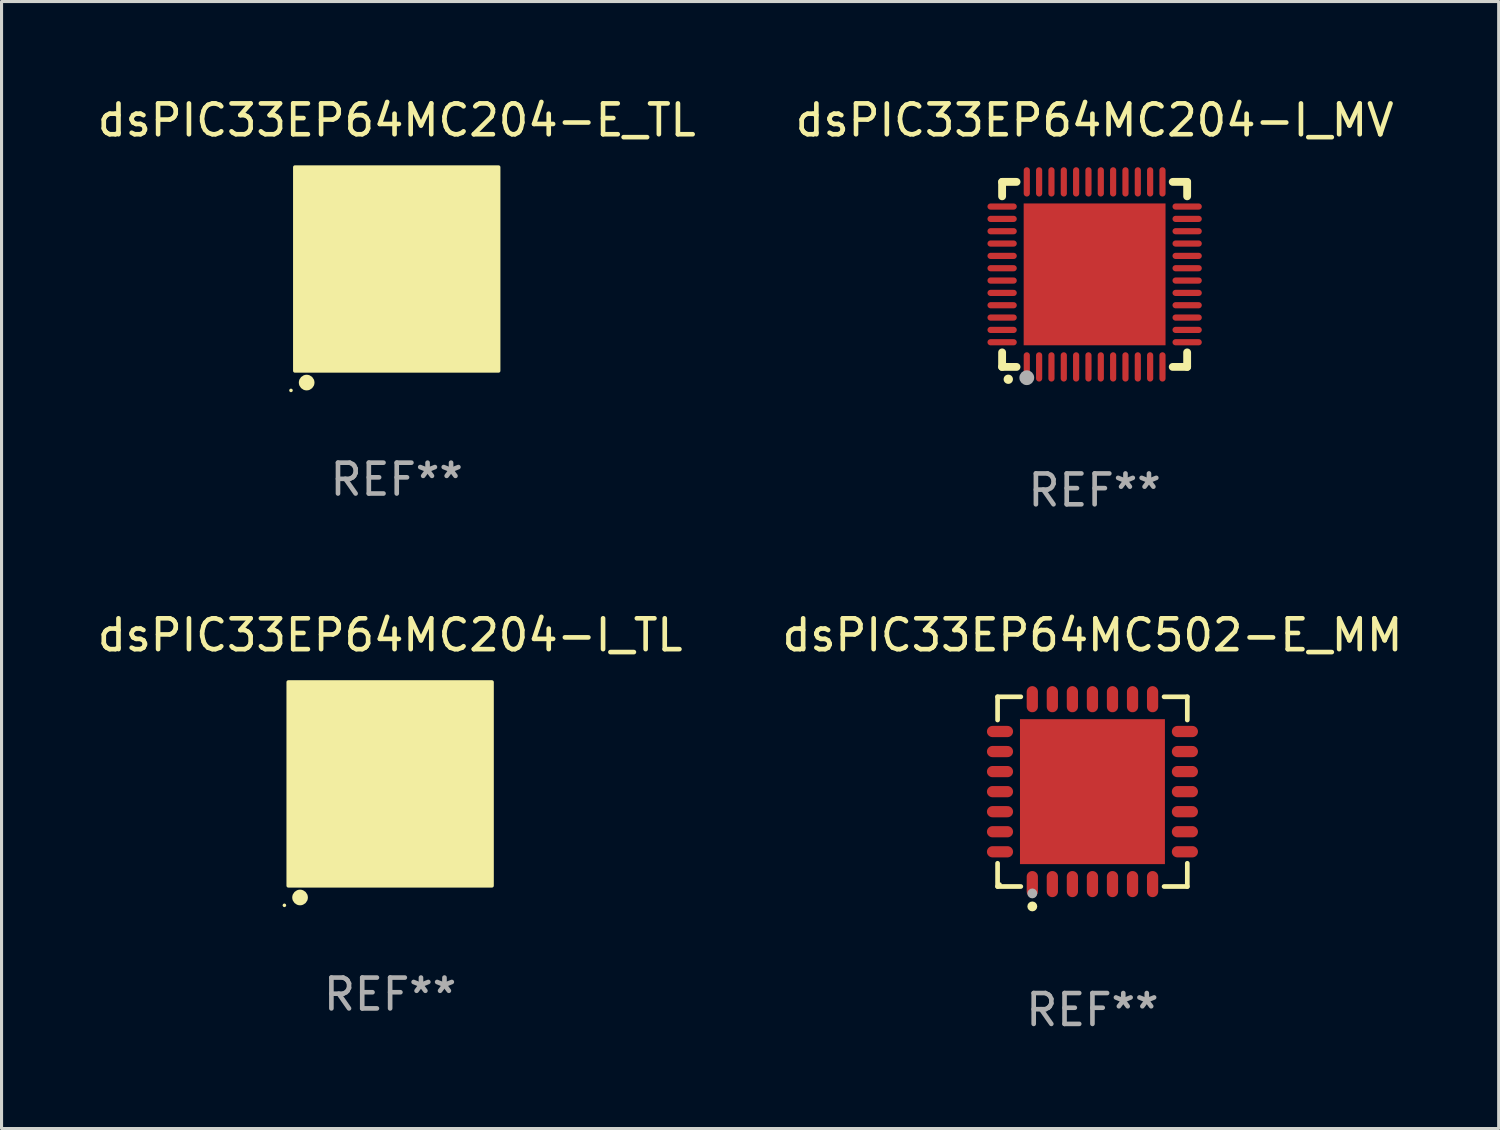
<source format=kicad_pcb>
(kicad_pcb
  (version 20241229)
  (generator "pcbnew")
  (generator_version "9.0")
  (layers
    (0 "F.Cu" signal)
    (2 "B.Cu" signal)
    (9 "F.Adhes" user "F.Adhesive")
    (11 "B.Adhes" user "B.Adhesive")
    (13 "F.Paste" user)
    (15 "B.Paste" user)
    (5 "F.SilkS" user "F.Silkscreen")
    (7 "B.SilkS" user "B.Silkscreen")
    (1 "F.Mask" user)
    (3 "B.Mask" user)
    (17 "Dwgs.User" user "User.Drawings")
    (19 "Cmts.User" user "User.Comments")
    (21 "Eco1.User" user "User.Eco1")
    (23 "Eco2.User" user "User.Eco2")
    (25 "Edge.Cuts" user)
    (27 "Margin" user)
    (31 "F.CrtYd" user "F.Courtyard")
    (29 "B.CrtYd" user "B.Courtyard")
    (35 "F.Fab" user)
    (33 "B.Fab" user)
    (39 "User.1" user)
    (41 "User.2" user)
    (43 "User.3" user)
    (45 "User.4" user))
  (footprint "dsPIC33EP64MC204-I_MV"
    (layer "F.Cu")
    (at 32.446 5.848)
    (property "Reference" "dsPIC33EP64MC204-I_MV" (at 0 -5 0) (layer "F.SilkS") (effects (font (size 1 1) (thickness 0.15))))
    (attr through_hole)
    (fp_line (start -3 -3) (end -2.532 -3) (stroke (width 0.254) (type solid)) (layer "F.SilkS"))
    (fp_line (start -3 -2.532) (end -3 -3) (stroke (width 0.254) (type solid)) (layer "F.SilkS"))
    (fp_line (start -3 3) (end -3 2.529) (stroke (width 0.254) (type solid)) (layer "F.SilkS"))
    (fp_line (start -2.532 3) (end -3 3) (stroke (width 0.254) (type solid)) (layer "F.SilkS"))
    (fp_line (start 2.532 -3) (end 3 -3) (stroke (width 0.254) (type solid)) (layer "F.SilkS"))
    (fp_line (start 3 -3) (end 3 -2.532) (stroke (width 0.254) (type solid)) (layer "F.SilkS"))
    (fp_line (start 3 2.529) (end 3 3) (stroke (width 0.254) (type solid)) (layer "F.SilkS"))
    (fp_line (start 3 3) (end 2.532 3) (stroke (width 0.254) (type solid)) (layer "F.SilkS"))
    (fp_arc (start -2.801295 3.400025) (mid -2.800025 3.40002) (end -2.798755 3.400025) (stroke (width 0.3) (type solid)) (layer "F.SilkS"))
    (fp_circle (center -3 3) (end -2.97 3) (stroke (width 0.06) (type solid)) (fill no) (layer "F.SilkS"))
    (fp_circle (center -2.2 3.35) (end -2.08 3.35) (stroke (width 0.24) (type solid)) (fill no) (layer "F.Fab"))
    (fp_text user "REF**" (at 0 7 0) (layer "F.Fab") (effects (font (size 1 1) (thickness 0.15))))
    (pad "1" smd oval (at -2.2 3) (size 0.2 0.95) (layers "F.Cu" "F.Mask" "F.Paste"))
    (pad "2" smd oval (at -1.8 3) (size 0.2 0.95) (layers "F.Cu" "F.Mask" "F.Paste"))
    (pad "3" smd oval (at -1.4 3) (size 0.2 0.95) (layers "F.Cu" "F.Mask" "F.Paste"))
    (pad "4" smd oval (at -1 3) (size 0.2 0.95) (layers "F.Cu" "F.Mask" "F.Paste"))
    (pad "5" smd oval (at -0.6 3) (size 0.2 0.95) (layers "F.Cu" "F.Mask" "F.Paste"))
    (pad "6" smd oval (at -0.2 3) (size 0.2 0.95) (layers "F.Cu" "F.Mask" "F.Paste"))
    (pad "7" smd oval (at 0.2 3) (size 0.2 0.95) (layers "F.Cu" "F.Mask" "F.Paste"))
    (pad "8" smd oval (at 0.6 3) (size 0.2 0.95) (layers "F.Cu" "F.Mask" "F.Paste"))
    (pad "9" smd oval (at 1 3) (size 0.2 0.95) (layers "F.Cu" "F.Mask" "F.Paste"))
    (pad "10" smd oval (at 1.4 3) (size 0.2 0.95) (layers "F.Cu" "F.Mask" "F.Paste"))
    (pad "11" smd oval (at 1.8 3) (size 0.2 0.95) (layers "F.Cu" "F.Mask" "F.Paste"))
    (pad "12" smd oval (at 2.2 3) (size 0.2 0.95) (layers "F.Cu" "F.Mask" "F.Paste"))
    (pad "13" smd oval (at 3 2.2 90) (size 0.2 0.95) (layers "F.Cu" "F.Mask" "F.Paste"))
    (pad "14" smd oval (at 3 1.8 90) (size 0.2 0.95) (layers "F.Cu" "F.Mask" "F.Paste"))
    (pad "15" smd oval (at 3 1.4 90) (size 0.2 0.95) (layers "F.Cu" "F.Mask" "F.Paste"))
    (pad "16" smd oval (at 3 1 90) (size 0.2 0.95) (layers "F.Cu" "F.Mask" "F.Paste"))
    (pad "17" smd oval (at 3 0.6 90) (size 0.2 0.95) (layers "F.Cu" "F.Mask" "F.Paste"))
    (pad "18" smd oval (at 3 0.2 90) (size 0.2 0.95) (layers "F.Cu" "F.Mask" "F.Paste"))
    (pad "19" smd oval (at 3 -0.2 90) (size 0.2 0.95) (layers "F.Cu" "F.Mask" "F.Paste"))
    (pad "20" smd oval (at 3 -0.6 90) (size 0.2 0.95) (layers "F.Cu" "F.Mask" "F.Paste"))
    (pad "21" smd oval (at 3 -1 90) (size 0.2 0.95) (layers "F.Cu" "F.Mask" "F.Paste"))
    (pad "22" smd oval (at 3 -1.4 90) (size 0.2 0.95) (layers "F.Cu" "F.Mask" "F.Paste"))
    (pad "23" smd oval (at 3 -1.8 90) (size 0.2 0.95) (layers "F.Cu" "F.Mask" "F.Paste"))
    (pad "24" smd oval (at 3 -2.2 90) (size 0.2 0.95) (layers "F.Cu" "F.Mask" "F.Paste"))
    (pad "25" smd oval (at 2.2 -3 180) (size 0.2 0.95) (layers "F.Cu" "F.Mask" "F.Paste"))
    (pad "26" smd oval (at 1.8 -3 180) (size 0.2 0.95) (layers "F.Cu" "F.Mask" "F.Paste"))
    (pad "27" smd oval (at 1.4 -3 180) (size 0.2 0.95) (layers "F.Cu" "F.Mask" "F.Paste"))
    (pad "28" smd oval (at 1 -3 180) (size 0.2 0.95) (layers "F.Cu" "F.Mask" "F.Paste"))
    (pad "29" smd oval (at 0.6 -3 180) (size 0.2 0.95) (layers "F.Cu" "F.Mask" "F.Paste"))
    (pad "30" smd oval (at 0.2 -3 180) (size 0.2 0.95) (layers "F.Cu" "F.Mask" "F.Paste"))
    (pad "31" smd oval (at -0.2 -3 180) (size 0.2 0.95) (layers "F.Cu" "F.Mask" "F.Paste"))
    (pad "32" smd oval (at -0.6 -3 180) (size 0.2 0.95) (layers "F.Cu" "F.Mask" "F.Paste"))
    (pad "33" smd oval (at -1 -3 180) (size 0.2 0.95) (layers "F.Cu" "F.Mask" "F.Paste"))
    (pad "34" smd oval (at -1.4 -3 180) (size 0.2 0.95) (layers "F.Cu" "F.Mask" "F.Paste"))
    (pad "35" smd oval (at -1.8 -3 180) (size 0.2 0.95) (layers "F.Cu" "F.Mask" "F.Paste"))
    (pad "36" smd oval (at -2.2 -3 180) (size 0.2 0.95) (layers "F.Cu" "F.Mask" "F.Paste"))
    (pad "37" smd oval (at -3 -2.2 270) (size 0.2 0.95) (layers "F.Cu" "F.Mask" "F.Paste"))
    (pad "38" smd oval (at -3 -1.8 270) (size 0.2 0.95) (layers "F.Cu" "F.Mask" "F.Paste"))
    (pad "39" smd oval (at -3 -1.4 270) (size 0.2 0.95) (layers "F.Cu" "F.Mask" "F.Paste"))
    (pad "40" smd oval (at -3 -1 270) (size 0.2 0.95) (layers "F.Cu" "F.Mask" "F.Paste"))
    (pad "41" smd oval (at -3 -0.6 270) (size 0.2 0.95) (layers "F.Cu" "F.Mask" "F.Paste"))
    (pad "42" smd oval (at -3 -0.2 270) (size 0.2 0.95) (layers "F.Cu" "F.Mask" "F.Paste"))
    (pad "43" smd oval (at -3 0.2 270) (size 0.2 0.95) (layers "F.Cu" "F.Mask" "F.Paste"))
    (pad "44" smd oval (at -3 0.6 270) (size 0.2 0.95) (layers "F.Cu" "F.Mask" "F.Paste"))
    (pad "45" smd oval (at -3 1 270) (size 0.2 0.95) (layers "F.Cu" "F.Mask" "F.Paste"))
    (pad "46" smd oval (at -3 1.4 270) (size 0.2 0.95) (layers "F.Cu" "F.Mask" "F.Paste"))
    (pad "47" smd oval (at -3 1.8 270) (size 0.2 0.95) (layers "F.Cu" "F.Mask" "F.Paste"))
    (pad "48" smd oval (at -3 2.2 270) (size 0.2 0.95) (layers "F.Cu" "F.Mask" "F.Paste"))
    (pad "49" smd rect (at -0.001 -0.001 180) (size 4.6 4.6) (layers "F.Cu" "F.Mask" "F.Paste")))
  (footprint "dsPIC33EP64MC204-E_TL"
    (layer "F.Cu")
    (at 9.815 5.673)
    (property "Reference" "dsPIC33EP64MC204-E_TL" (at 0 -4.825 0) (layer "F.SilkS") (effects (font (size 1 1) (thickness 0.15))))
    (attr through_hole)
    (fp_circle (center -3.429 3.937) (end -3.399 3.937) (stroke (width 0.06) (type solid)) (fill no) (layer "F.SilkS"))
    (fp_circle (center -2.921 3.683) (end -2.794 3.683) (stroke (width 0.254) (type solid)) (fill no) (layer "F.SilkS"))
    (fp_poly (pts (xy -3.302 -3.302) (xy 3.302 -3.302) (xy 3.302 3.302) (xy -3.302 3.302)) (stroke (width 0.12) (type solid)) (fill yes) (layer "F.SilkS"))
    (fp_text user "REF**" (at 0 6.825 0) (layer "F.Fab") (effects (font (size 1 1) (thickness 0.15))))
    (pad "1" smd rect (at -2.25 2.825) (size 0.3 0.45) (layers "F.Cu" "F.Mask" "F.Paste"))
    (pad "2" smd rect (at -1.75 2.825) (size 0.3 0.45) (layers "F.Cu" "F.Mask" "F.Paste"))
    (pad "3" smd rect (at -1.25 2.825) (size 0.3 0.45) (layers "F.Cu" "F.Mask" "F.Paste"))
    (pad "4" smd rect (at -0.75 2.825) (size 0.3 0.45) (layers "F.Cu" "F.Mask" "F.Paste"))
    (pad "5" smd rect (at -0.25 2.825) (size 0.3 0.45) (layers "F.Cu" "F.Mask" "F.Paste"))
    (pad "6" smd rect (at 0.25 2.825) (size 0.3 0.45) (layers "F.Cu" "F.Mask" "F.Paste"))
    (pad "7" smd rect (at 0.75 2.825) (size 0.3 0.45) (layers "F.Cu" "F.Mask" "F.Paste"))
    (pad "8" smd rect (at 1.25 2.825) (size 0.3 0.45) (layers "F.Cu" "F.Mask" "F.Paste"))
    (pad "9" smd rect (at 1.75 2.825) (size 0.3 0.45) (layers "F.Cu" "F.Mask" "F.Paste"))
    (pad "10" smd rect (at 2.25 2.825) (size 0.3 0.45) (layers "F.Cu" "F.Mask" "F.Paste"))
    (pad "11" smd rect (at 2.825 2.825 90) (size 0.45 0.45) (layers "F.Cu" "F.Mask" "F.Paste"))
    (pad "12" smd rect (at 2.825 2.25 90) (size 0.3 0.45) (layers "F.Cu" "F.Mask" "F.Paste"))
    (pad "13" smd rect (at 2.825 1.75 90) (size 0.3 0.45) (layers "F.Cu" "F.Mask" "F.Paste"))
    (pad "14" smd rect (at 2.825 1.25 90) (size 0.3 0.45) (layers "F.Cu" "F.Mask" "F.Paste"))
    (pad "15" smd rect (at 2.825 0.75 90) (size 0.3 0.45) (layers "F.Cu" "F.Mask" "F.Paste"))
    (pad "16" smd rect (at 2.825 0.25 90) (size 0.3 0.45) (layers "F.Cu" "F.Mask" "F.Paste"))
    (pad "17" smd rect (at 2.825 -0.25 90) (size 0.3 0.45) (layers "F.Cu" "F.Mask" "F.Paste"))
    (pad "18" smd rect (at 2.825 -0.75 90) (size 0.3 0.45) (layers "F.Cu" "F.Mask" "F.Paste"))
    (pad "19" smd rect (at 2.825 -1.25 90) (size 0.3 0.45) (layers "F.Cu" "F.Mask" "F.Paste"))
    (pad "20" smd rect (at 2.825 -1.75 90) (size 0.3 0.45) (layers "F.Cu" "F.Mask" "F.Paste"))
    (pad "21" smd rect (at 2.825 -2.25 90) (size 0.3 0.45) (layers "F.Cu" "F.Mask" "F.Paste"))
    (pad "22" smd rect (at 2.825 -2.825 90) (size 0.45 0.45) (layers "F.Cu" "F.Mask" "F.Paste"))
    (pad "23" smd rect (at 2.25 -2.825) (size 0.3 0.45) (layers "F.Cu" "F.Mask" "F.Paste"))
    (pad "24" smd rect (at 1.75 -2.825) (size 0.3 0.45) (layers "F.Cu" "F.Mask" "F.Paste"))
    (pad "25" smd rect (at 1.25 -2.825) (size 0.3 0.45) (layers "F.Cu" "F.Mask" "F.Paste"))
    (pad "26" smd rect (at 0.75 -2.825) (size 0.3 0.45) (layers "F.Cu" "F.Mask" "F.Paste"))
    (pad "27" smd rect (at 0.25 -2.825) (size 0.3 0.45) (layers "F.Cu" "F.Mask" "F.Paste"))
    (pad "28" smd rect (at -0.25 -2.825) (size 0.3 0.45) (layers "F.Cu" "F.Mask" "F.Paste"))
    (pad "29" smd rect (at -0.75 -2.825) (size 0.3 0.45) (layers "F.Cu" "F.Mask" "F.Paste"))
    (pad "30" smd rect (at -1.25 -2.825) (size 0.3 0.45) (layers "F.Cu" "F.Mask" "F.Paste"))
    (pad "31" smd rect (at -1.75 -2.825) (size 0.3 0.45) (layers "F.Cu" "F.Mask" "F.Paste"))
    (pad "32" smd rect (at -2.25 -2.825) (size 0.3 0.45) (layers "F.Cu" "F.Mask" "F.Paste"))
    (pad "33" smd rect (at -2.825 -2.825 90) (size 0.45 0.45) (layers "F.Cu" "F.Mask" "F.Paste"))
    (pad "34" smd rect (at -2.825 -2.25 90) (size 0.3 0.45) (layers "F.Cu" "F.Mask" "F.Paste"))
    (pad "35" smd rect (at -2.825 -1.75 90) (size 0.3 0.45) (layers "F.Cu" "F.Mask" "F.Paste"))
    (pad "36" smd rect (at -2.825 -1.25 90) (size 0.3 0.45) (layers "F.Cu" "F.Mask" "F.Paste"))
    (pad "37" smd rect (at -2.825 -0.75 90) (size 0.3 0.45) (layers "F.Cu" "F.Mask" "F.Paste"))
    (pad "38" smd rect (at -2.825 -0.25 90) (size 0.3 0.45) (layers "F.Cu" "F.Mask" "F.Paste"))
    (pad "39" smd rect (at -2.825 0.25 90) (size 0.3 0.45) (layers "F.Cu" "F.Mask" "F.Paste"))
    (pad "40" smd rect (at -2.825 0.75 90) (size 0.3 0.45) (layers "F.Cu" "F.Mask" "F.Paste"))
    (pad "41" smd rect (at -2.825 1.25 90) (size 0.3 0.45) (layers "F.Cu" "F.Mask" "F.Paste"))
    (pad "42" smd rect (at -2.825 1.75 90) (size 0.3 0.45) (layers "F.Cu" "F.Mask" "F.Paste"))
    (pad "43" smd rect (at -2.825 2.25 90) (size 0.3 0.45) (layers "F.Cu" "F.Mask" "F.Paste"))
    (pad "44" smd rect (at -2.825 2.825 90) (size 0.45 0.45) (layers "F.Cu" "F.Mask" "F.Paste"))
    (pad "45" smd rect (at 0 0 90) (size 4.6 4.6) (layers "F.Cu" "F.Mask" "F.Paste")))
  (footprint "dsPIC33EP64MC502-E_MM"
    (layer "F.Cu")
    (at 32.375 22.621)
    (property "Reference" "dsPIC33EP64MC502-E_MM" (at 0 -5.076 0) (layer "F.SilkS") (effects (font (size 1 1) (thickness 0.15))))
    (attr through_hole)
    (fp_line (start -3.076 -3.076) (end -2.323 -3.076) (stroke (width 0.152) (type solid)) (layer "F.SilkS"))
    (fp_line (start -3.076 -2.323) (end -3.076 -3.076) (stroke (width 0.152) (type solid)) (layer "F.SilkS"))
    (fp_line (start -3.076 2.323) (end -3.076 3.076) (stroke (width 0.152) (type solid)) (layer "F.SilkS"))
    (fp_line (start -3.076 3.076) (end -2.323 3.076) (stroke (width 0.152) (type solid)) (layer "F.SilkS"))
    (fp_line (start 3.076 -3.076) (end 2.323 -3.076) (stroke (width 0.152) (type solid)) (layer "F.SilkS"))
    (fp_line (start 3.076 -2.323) (end 3.076 -3.076) (stroke (width 0.152) (type solid)) (layer "F.SilkS"))
    (fp_line (start 3.076 2.323) (end 3.076 3.076) (stroke (width 0.152) (type solid)) (layer "F.SilkS"))
    (fp_line (start 3.076 3.076) (end 2.323 3.076) (stroke (width 0.152) (type solid)) (layer "F.SilkS"))
    (fp_circle (center -3 3) (end -2.97 3) (stroke (width 0.06) (type solid)) (fill no) (layer "F.SilkS"))
    (fp_circle (center -1.95 3.722) (end -1.87 3.722) (stroke (width 0.16) (type solid)) (fill no) (layer "F.SilkS"))
    (fp_circle (center -1.95 3.3) (end -1.87 3.3) (stroke (width 0.16) (type solid)) (fill no) (layer "F.Fab"))
    (fp_text user "REF**" (at 0 7.076 0) (layer "F.Fab") (effects (font (size 1 1) (thickness 0.15))))
    (pad "1" smd oval (at -1.95 2.998) (size 0.364 0.847) (layers "F.Cu" "F.Mask" "F.Paste"))
    (pad "2" smd oval (at -1.3 2.998) (size 0.364 0.847) (layers "F.Cu" "F.Mask" "F.Paste"))
    (pad "3" smd oval (at -0.65 2.998) (size 0.364 0.847) (layers "F.Cu" "F.Mask" "F.Paste"))
    (pad "4" smd oval (at 0 2.998) (size 0.364 0.847) (layers "F.Cu" "F.Mask" "F.Paste"))
    (pad "5" smd oval (at 0.65 2.998) (size 0.364 0.847) (layers "F.Cu" "F.Mask" "F.Paste"))
    (pad "6" smd oval (at 1.3 2.998) (size 0.364 0.847) (layers "F.Cu" "F.Mask" "F.Paste"))
    (pad "7" smd oval (at 1.95 2.998) (size 0.364 0.847) (layers "F.Cu" "F.Mask" "F.Paste"))
    (pad "8" smd oval (at 2.998 1.95) (size 0.847 0.364) (layers "F.Cu" "F.Mask" "F.Paste"))
    (pad "9" smd oval (at 2.998 1.3) (size 0.847 0.364) (layers "F.Cu" "F.Mask" "F.Paste"))
    (pad "10" smd oval (at 2.998 0.65) (size 0.847 0.364) (layers "F.Cu" "F.Mask" "F.Paste"))
    (pad "11" smd oval (at 2.998 0) (size 0.847 0.364) (layers "F.Cu" "F.Mask" "F.Paste"))
    (pad "12" smd oval (at 2.998 -0.65) (size 0.847 0.364) (layers "F.Cu" "F.Mask" "F.Paste"))
    (pad "13" smd oval (at 2.998 -1.3) (size 0.847 0.364) (layers "F.Cu" "F.Mask" "F.Paste"))
    (pad "14" smd oval (at 2.998 -1.95) (size 0.847 0.364) (layers "F.Cu" "F.Mask" "F.Paste"))
    (pad "15" smd oval (at 1.95 -2.998) (size 0.364 0.847) (layers "F.Cu" "F.Mask" "F.Paste"))
    (pad "16" smd oval (at 1.3 -2.998) (size 0.364 0.847) (layers "F.Cu" "F.Mask" "F.Paste"))
    (pad "17" smd oval (at 0.65 -2.998) (size 0.364 0.847) (layers "F.Cu" "F.Mask" "F.Paste"))
    (pad "18" smd oval (at 0 -2.998) (size 0.364 0.847) (layers "F.Cu" "F.Mask" "F.Paste"))
    (pad "19" smd oval (at -0.65 -2.998) (size 0.364 0.847) (layers "F.Cu" "F.Mask" "F.Paste"))
    (pad "20" smd oval (at -1.3 -2.998) (size 0.364 0.847) (layers "F.Cu" "F.Mask" "F.Paste"))
    (pad "21" smd oval (at -1.95 -2.998) (size 0.364 0.847) (layers "F.Cu" "F.Mask" "F.Paste"))
    (pad "22" smd oval (at -2.998 -1.95) (size 0.847 0.364) (layers "F.Cu" "F.Mask" "F.Paste"))
    (pad "23" smd oval (at -2.998 -1.3) (size 0.847 0.364) (layers "F.Cu" "F.Mask" "F.Paste"))
    (pad "24" smd oval (at -2.998 -0.65) (size 0.847 0.364) (layers "F.Cu" "F.Mask" "F.Paste"))
    (pad "25" smd oval (at -2.998 0) (size 0.847 0.364) (layers "F.Cu" "F.Mask" "F.Paste"))
    (pad "26" smd oval (at -2.998 0.65) (size 0.847 0.364) (layers "F.Cu" "F.Mask" "F.Paste"))
    (pad "27" smd oval (at -2.998 1.3) (size 0.847 0.364) (layers "F.Cu" "F.Mask" "F.Paste"))
    (pad "28" smd oval (at -2.998 1.95) (size 0.847 0.364) (layers "F.Cu" "F.Mask" "F.Paste"))
    (pad "29" smd rect (at 0 0) (size 4.7 4.7) (layers "F.Cu" "F.Mask" "F.Paste")))
  (footprint "dsPIC33EP64MC204-I_TL"
    (layer "F.Cu")
    (at 9.601 22.37)
    (property "Reference" "dsPIC33EP64MC204-I_TL" (at 0 -4.825 0) (layer "F.SilkS") (effects (font (size 1 1) (thickness 0.15))))
    (attr through_hole)
    (fp_circle (center -3.429 3.937) (end -3.399 3.937) (stroke (width 0.06) (type solid)) (fill no) (layer "F.SilkS"))
    (fp_circle (center -2.921 3.683) (end -2.794 3.683) (stroke (width 0.254) (type solid)) (fill no) (layer "F.SilkS"))
    (fp_poly (pts (xy -3.302 -3.302) (xy 3.302 -3.302) (xy 3.302 3.302) (xy -3.302 3.302)) (stroke (width 0.12) (type solid)) (fill yes) (layer "F.SilkS"))
    (fp_text user "REF**" (at 0 6.825 0) (layer "F.Fab") (effects (font (size 1 1) (thickness 0.15))))
    (pad "1" smd rect (at -2.25 2.825) (size 0.3 0.45) (layers "F.Cu" "F.Mask" "F.Paste"))
    (pad "2" smd rect (at -1.75 2.825) (size 0.3 0.45) (layers "F.Cu" "F.Mask" "F.Paste"))
    (pad "3" smd rect (at -1.25 2.825) (size 0.3 0.45) (layers "F.Cu" "F.Mask" "F.Paste"))
    (pad "4" smd rect (at -0.75 2.825) (size 0.3 0.45) (layers "F.Cu" "F.Mask" "F.Paste"))
    (pad "5" smd rect (at -0.25 2.825) (size 0.3 0.45) (layers "F.Cu" "F.Mask" "F.Paste"))
    (pad "6" smd rect (at 0.25 2.825) (size 0.3 0.45) (layers "F.Cu" "F.Mask" "F.Paste"))
    (pad "7" smd rect (at 0.75 2.825) (size 0.3 0.45) (layers "F.Cu" "F.Mask" "F.Paste"))
    (pad "8" smd rect (at 1.25 2.825) (size 0.3 0.45) (layers "F.Cu" "F.Mask" "F.Paste"))
    (pad "9" smd rect (at 1.75 2.825) (size 0.3 0.45) (layers "F.Cu" "F.Mask" "F.Paste"))
    (pad "10" smd rect (at 2.25 2.825) (size 0.3 0.45) (layers "F.Cu" "F.Mask" "F.Paste"))
    (pad "11" smd rect (at 2.825 2.825 90) (size 0.45 0.45) (layers "F.Cu" "F.Mask" "F.Paste"))
    (pad "12" smd rect (at 2.825 2.25 90) (size 0.3 0.45) (layers "F.Cu" "F.Mask" "F.Paste"))
    (pad "13" smd rect (at 2.825 1.75 90) (size 0.3 0.45) (layers "F.Cu" "F.Mask" "F.Paste"))
    (pad "14" smd rect (at 2.825 1.25 90) (size 0.3 0.45) (layers "F.Cu" "F.Mask" "F.Paste"))
    (pad "15" smd rect (at 2.825 0.75 90) (size 0.3 0.45) (layers "F.Cu" "F.Mask" "F.Paste"))
    (pad "16" smd rect (at 2.825 0.25 90) (size 0.3 0.45) (layers "F.Cu" "F.Mask" "F.Paste"))
    (pad "17" smd rect (at 2.825 -0.25 90) (size 0.3 0.45) (layers "F.Cu" "F.Mask" "F.Paste"))
    (pad "18" smd rect (at 2.825 -0.75 90) (size 0.3 0.45) (layers "F.Cu" "F.Mask" "F.Paste"))
    (pad "19" smd rect (at 2.825 -1.25 90) (size 0.3 0.45) (layers "F.Cu" "F.Mask" "F.Paste"))
    (pad "20" smd rect (at 2.825 -1.75 90) (size 0.3 0.45) (layers "F.Cu" "F.Mask" "F.Paste"))
    (pad "21" smd rect (at 2.825 -2.25 90) (size 0.3 0.45) (layers "F.Cu" "F.Mask" "F.Paste"))
    (pad "22" smd rect (at 2.825 -2.825 90) (size 0.45 0.45) (layers "F.Cu" "F.Mask" "F.Paste"))
    (pad "23" smd rect (at 2.25 -2.825) (size 0.3 0.45) (layers "F.Cu" "F.Mask" "F.Paste"))
    (pad "24" smd rect (at 1.75 -2.825) (size 0.3 0.45) (layers "F.Cu" "F.Mask" "F.Paste"))
    (pad "25" smd rect (at 1.25 -2.825) (size 0.3 0.45) (layers "F.Cu" "F.Mask" "F.Paste"))
    (pad "26" smd rect (at 0.75 -2.825) (size 0.3 0.45) (layers "F.Cu" "F.Mask" "F.Paste"))
    (pad "27" smd rect (at 0.25 -2.825) (size 0.3 0.45) (layers "F.Cu" "F.Mask" "F.Paste"))
    (pad "28" smd rect (at -0.25 -2.825) (size 0.3 0.45) (layers "F.Cu" "F.Mask" "F.Paste"))
    (pad "29" smd rect (at -0.75 -2.825) (size 0.3 0.45) (layers "F.Cu" "F.Mask" "F.Paste"))
    (pad "30" smd rect (at -1.25 -2.825) (size 0.3 0.45) (layers "F.Cu" "F.Mask" "F.Paste"))
    (pad "31" smd rect (at -1.75 -2.825) (size 0.3 0.45) (layers "F.Cu" "F.Mask" "F.Paste"))
    (pad "32" smd rect (at -2.25 -2.825) (size 0.3 0.45) (layers "F.Cu" "F.Mask" "F.Paste"))
    (pad "33" smd rect (at -2.825 -2.825 90) (size 0.45 0.45) (layers "F.Cu" "F.Mask" "F.Paste"))
    (pad "34" smd rect (at -2.825 -2.25 90) (size 0.3 0.45) (layers "F.Cu" "F.Mask" "F.Paste"))
    (pad "35" smd rect (at -2.825 -1.75 90) (size 0.3 0.45) (layers "F.Cu" "F.Mask" "F.Paste"))
    (pad "36" smd rect (at -2.825 -1.25 90) (size 0.3 0.45) (layers "F.Cu" "F.Mask" "F.Paste"))
    (pad "37" smd rect (at -2.825 -0.75 90) (size 0.3 0.45) (layers "F.Cu" "F.Mask" "F.Paste"))
    (pad "38" smd rect (at -2.825 -0.25 90) (size 0.3 0.45) (layers "F.Cu" "F.Mask" "F.Paste"))
    (pad "39" smd rect (at -2.825 0.25 90) (size 0.3 0.45) (layers "F.Cu" "F.Mask" "F.Paste"))
    (pad "40" smd rect (at -2.825 0.75 90) (size 0.3 0.45) (layers "F.Cu" "F.Mask" "F.Paste"))
    (pad "41" smd rect (at -2.825 1.25 90) (size 0.3 0.45) (layers "F.Cu" "F.Mask" "F.Paste"))
    (pad "42" smd rect (at -2.825 1.75 90) (size 0.3 0.45) (layers "F.Cu" "F.Mask" "F.Paste"))
    (pad "43" smd rect (at -2.825 2.25 90) (size 0.3 0.45) (layers "F.Cu" "F.Mask" "F.Paste"))
    (pad "44" smd rect (at -2.825 2.825 90) (size 0.45 0.45) (layers "F.Cu" "F.Mask" "F.Paste"))
    (pad "45" smd rect (at 0 0 90) (size 4.6 4.6) (layers "F.Cu" "F.Mask" "F.Paste")))
  (gr_rect
    (start -3 -3)
    (end 45.548 33.545)
    (stroke (width 0.1) (type default))
    (fill no)
    (layer "Edge.Cuts")))
</source>
